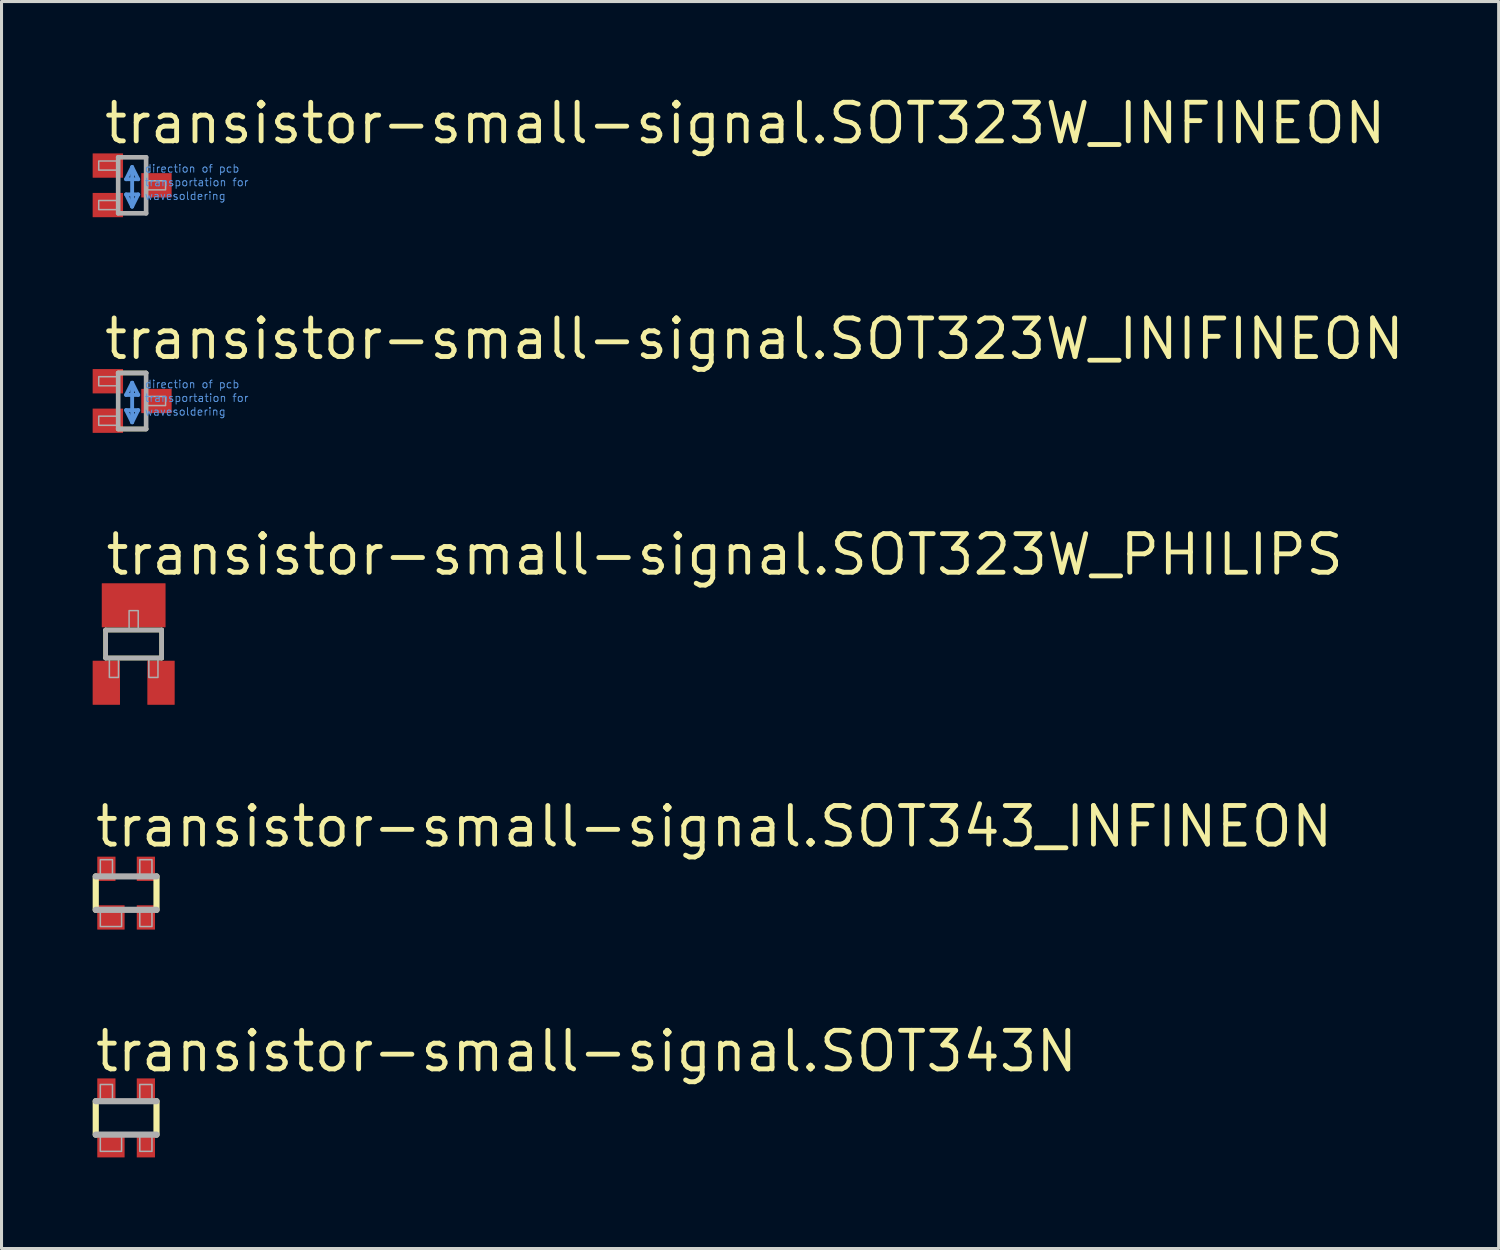
<source format=kicad_pcb>
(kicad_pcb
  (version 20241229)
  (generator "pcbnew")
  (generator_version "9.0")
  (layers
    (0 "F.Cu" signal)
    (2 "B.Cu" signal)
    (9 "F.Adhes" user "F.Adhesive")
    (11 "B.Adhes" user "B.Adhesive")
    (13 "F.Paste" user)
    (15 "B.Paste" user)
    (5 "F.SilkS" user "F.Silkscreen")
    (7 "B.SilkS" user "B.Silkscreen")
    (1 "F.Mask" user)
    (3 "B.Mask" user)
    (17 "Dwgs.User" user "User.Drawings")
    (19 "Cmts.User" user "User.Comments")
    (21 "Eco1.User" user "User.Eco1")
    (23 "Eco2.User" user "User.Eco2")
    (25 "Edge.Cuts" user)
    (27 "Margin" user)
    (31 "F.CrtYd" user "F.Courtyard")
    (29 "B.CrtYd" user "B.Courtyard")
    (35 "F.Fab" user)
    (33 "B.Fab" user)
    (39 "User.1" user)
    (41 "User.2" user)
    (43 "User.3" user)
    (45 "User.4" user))
  (footprint "transistor-small-signal.SOT323W_INIFINEON"
    (layer "F.Cu")
    (at 1.3 10.15)
    (property "Reference" "transistor-small-signal.SOT323W_INIFINEON" (at -1 -1.3 0) (layer "F.SilkS") (effects (font (size 1.27 1.27) (thickness 0.16)) (justify left bottom)))
    (attr smd)
    (fp_line (start -0.46 -0.922) (end 0.46 -0.922) (stroke (width 0.152) (type default)) (layer "F.SilkS"))
    (fp_line (start 0.46 0.922) (end -0.46 0.922) (stroke (width 0.152) (type default)) (layer "F.SilkS"))
    (fp_line (start -0.2 -0.2) (end 0.2 -0.2) (stroke (width 0.127) (type default)) (layer "Cmts.User"))
    (fp_line (start -0.2 0.3) (end 0 0.7) (stroke (width 0.127) (type default)) (layer "Cmts.User"))
    (fp_line (start 0 -0.6) (end -0.2 -0.2) (stroke (width 0.127) (type default)) (layer "Cmts.User"))
    (fp_line (start 0 0.7) (end 0 -0.6) (stroke (width 0.127) (type default)) (layer "Cmts.User"))
    (fp_line (start 0 0.7) (end 0.2 0.3) (stroke (width 0.127) (type default)) (layer "Cmts.User"))
    (fp_line (start 0.2 -0.2) (end 0 -0.6) (stroke (width 0.127) (type default)) (layer "Cmts.User"))
    (fp_line (start 0.2 0.3) (end -0.2 0.3) (stroke (width 0.127) (type default)) (layer "Cmts.User"))
    (fp_line (start -0.46 -0.922) (end 0.46 -0.922) (stroke (width 0.152) (type default)) (layer "F.Fab"))
    (fp_line (start -0.46 0.922) (end -0.46 -0.922) (stroke (width 0.152) (type default)) (layer "F.Fab"))
    (fp_line (start 0.46 -0.922) (end 0.46 0.922) (stroke (width 0.152) (type default)) (layer "F.Fab"))
    (fp_line (start 0.46 0.922) (end -0.46 0.922) (stroke (width 0.152) (type default)) (layer "F.Fab"))
    (fp_rect (start -1.1 -0.5) (end -0.5 -0.8) (stroke (width 0.05) (type default)) (fill no) (layer "F.Fab"))
    (fp_rect (start -1.1 0.8) (end -0.5 0.5) (stroke (width 0.05) (type default)) (fill no) (layer "F.Fab"))
    (fp_rect (start 0.5 0.15) (end 1.1 -0.15) (stroke (width 0.05) (type default)) (fill no) (layer "F.Fab"))
    (fp_text user "direction of pcb" (at 0.4 -0.4 0) (layer "Cmts.User") (effects (font (size 0.254 0.254) (thickness 0.03)) (justify left bottom)))
    (fp_text user "transportation for" (at 0.4 0.05 0) (layer "Cmts.User") (effects (font (size 0.254 0.254) (thickness 0.03)) (justify left bottom)))
    (fp_text user "wavesoldering" (at 0.4 0.5 0) (layer "Cmts.User") (effects (font (size 0.254 0.254) (thickness 0.03)) (justify left bottom)))
    (pad "1" smd roundrect (at -0.8 -0.65) (size 1 0.8) (layers "F.Cu" "F.Mask" "F.Paste") (roundrect_rratio 0.01))
    (pad "2" smd roundrect (at 0.8 0) (size 1 0.8) (layers "F.Cu" "F.Mask" "F.Paste") (roundrect_rratio 0.01))
    (pad "3" smd roundrect (at -0.8 0.65) (size 1 0.8) (layers "F.Cu" "F.Mask" "F.Paste") (roundrect_rratio 0.01)))
  (footprint "transistor-small-signal.SOT343_INFINEON"
    (layer "F.Cu")
    (at 1.102 26.35)
    (property "Reference" "transistor-small-signal.SOT343_INFINEON" (at -1.1 -1.45 0) (layer "F.SilkS") (effects (font (size 1.27 1.27) (thickness 0.16)) (justify left bottom)))
    (attr smd)
    (fp_line (start -1 0.55) (end -1 -0.55) (stroke (width 0.203) (type default)) (layer "F.SilkS"))
    (fp_line (start 1 -0.55) (end 1 0.55) (stroke (width 0.203) (type default)) (layer "F.SilkS"))
    (fp_line (start -1 -0.55) (end 1 -0.55) (stroke (width 0.203) (type default)) (layer "F.Fab"))
    (fp_line (start 1 0.55) (end -1 0.55) (stroke (width 0.203) (type default)) (layer "F.Fab"))
    (fp_rect (start -0.85 -0.6) (end -0.45 -1.1) (stroke (width 0.05) (type default)) (fill no) (layer "F.Fab"))
    (fp_rect (start -0.85 1.1) (end -0.15 0.6) (stroke (width 0.05) (type default)) (fill no) (layer "F.Fab"))
    (fp_rect (start 0.45 -0.6) (end 0.85 -1.1) (stroke (width 0.05) (type default)) (fill no) (layer "F.Fab"))
    (fp_rect (start 0.45 1.1) (end 0.85 0.6) (stroke (width 0.05) (type default)) (fill no) (layer "F.Fab"))
    (pad "1" smd roundrect (at -0.5 0.8) (size 0.9 0.8) (layers "F.Cu" "F.Mask" "F.Paste") (roundrect_rratio 0.01))
    (pad "2" smd roundrect (at 0.65 0.8) (size 0.6 0.8) (layers "F.Cu" "F.Mask" "F.Paste") (roundrect_rratio 0.01))
    (pad "3" smd roundrect (at 0.65 -0.8) (size 0.6 0.8) (layers "F.Cu" "F.Mask" "F.Paste") (roundrect_rratio 0.01))
    (pad "4" smd roundrect (at -0.65 -0.8) (size 0.6 0.8) (layers "F.Cu" "F.Mask" "F.Paste") (roundrect_rratio 0.01)))
  (footprint "transistor-small-signal.SOT343N"
    (layer "F.Cu")
    (at 1.102 33.75)
    (property "Reference" "transistor-small-signal.SOT343N" (at -1.1 -1.45 0) (layer "F.SilkS") (effects (font (size 1.27 1.27) (thickness 0.16)) (justify left bottom)))
    (attr smd)
    (fp_line (start -1 0.55) (end -1 -0.55) (stroke (width 0.203) (type default)) (layer "F.SilkS"))
    (fp_line (start 1 -0.55) (end 1 0.55) (stroke (width 0.203) (type default)) (layer "F.SilkS"))
    (fp_line (start -1 -0.55) (end 1 -0.55) (stroke (width 0.203) (type default)) (layer "F.Fab"))
    (fp_line (start 1 0.55) (end -1 0.55) (stroke (width 0.203) (type default)) (layer "F.Fab"))
    (fp_rect (start -0.85 -0.6) (end -0.45 -1.1) (stroke (width 0.05) (type default)) (fill no) (layer "F.Fab"))
    (fp_rect (start -0.85 1.1) (end -0.15 0.6) (stroke (width 0.05) (type default)) (fill no) (layer "F.Fab"))
    (fp_rect (start 0.45 -0.6) (end 0.85 -1.1) (stroke (width 0.05) (type default)) (fill no) (layer "F.Fab"))
    (fp_rect (start 0.45 1.1) (end 0.85 0.6) (stroke (width 0.05) (type default)) (fill no) (layer "F.Fab"))
    (pad "1" smd roundrect (at -0.5 0.9) (size 0.9 0.8) (layers "F.Cu" "F.Mask" "F.Paste") (roundrect_rratio 0.01))
    (pad "2" smd roundrect (at 0.65 0.9) (size 0.6 0.8) (layers "F.Cu" "F.Mask" "F.Paste") (roundrect_rratio 0.01))
    (pad "3" smd roundrect (at 0.65 -0.9) (size 0.6 0.8) (layers "F.Cu" "F.Mask" "F.Paste") (roundrect_rratio 0.01))
    (pad "4" smd roundrect (at -0.65 -0.9) (size 0.6 0.8) (layers "F.Cu" "F.Mask" "F.Paste") (roundrect_rratio 0.01)))
  (footprint "transistor-small-signal.SOT323W_PHILIPS"
    (layer "F.Cu")
    (at 1.35 18.15)
    (property "Reference" "transistor-small-signal.SOT323W_PHILIPS" (at -1 -2.2 0) (layer "F.SilkS") (effects (font (size 1.27 1.27) (thickness 0.16)) (justify left bottom)))
    (attr smd)
    (fp_line (start -0.922 -0.46) (end 0.922 -0.46) (stroke (width 0.152) (type default)) (layer "F.SilkS"))
    (fp_line (start -0.922 0.46) (end -0.922 -0.46) (stroke (width 0.152) (type default)) (layer "F.SilkS"))
    (fp_line (start 0.922 -0.46) (end 0.922 0.46) (stroke (width 0.152) (type default)) (layer "F.SilkS"))
    (fp_line (start 0.922 0.46) (end -0.922 0.46) (stroke (width 0.152) (type default)) (layer "F.SilkS"))
    (fp_line (start -0.922 -0.46) (end 0.922 -0.46) (stroke (width 0.152) (type default)) (layer "F.Fab"))
    (fp_line (start -0.922 0.46) (end -0.922 -0.46) (stroke (width 0.152) (type default)) (layer "F.Fab"))
    (fp_line (start 0.922 -0.46) (end 0.922 0.46) (stroke (width 0.152) (type default)) (layer "F.Fab"))
    (fp_line (start 0.922 0.46) (end -0.922 0.46) (stroke (width 0.152) (type default)) (layer "F.Fab"))
    (fp_rect (start -0.8 1.1) (end -0.5 0.5) (stroke (width 0.05) (type default)) (fill no) (layer "F.Fab"))
    (fp_rect (start -0.15 -0.5) (end 0.15 -1.1) (stroke (width 0.05) (type default)) (fill no) (layer "F.Fab"))
    (fp_rect (start 0.5 1.1) (end 0.8 0.5) (stroke (width 0.05) (type default)) (fill no) (layer "F.Fab"))
    (pad "1" smd roundrect (at -0.9 1.275) (size 0.9 1.45) (layers "F.Cu" "F.Mask" "F.Paste") (roundrect_rratio 0.01))
    (pad "2" smd roundrect (at 0.9 1.275) (size 0.9 1.45) (layers "F.Cu" "F.Mask" "F.Paste") (roundrect_rratio 0.01))
    (pad "3" smd roundrect (at 0 -1.275) (size 2.1 1.45) (layers "F.Cu" "F.Mask" "F.Paste") (roundrect_rratio 0.01)))
  (footprint "transistor-small-signal.SOT323W_INFINEON"
    (layer "F.Cu")
    (at 1.3 3.05)
    (property "Reference" "transistor-small-signal.SOT323W_INFINEON" (at -1 -1.3 0) (layer "F.SilkS") (effects (font (size 1.27 1.27) (thickness 0.16)) (justify left bottom)))
    (attr smd)
    (fp_line (start -0.2 -0.2) (end 0.2 -0.2) (stroke (width 0.127) (type default)) (layer "Cmts.User"))
    (fp_line (start -0.2 0.3) (end 0 0.7) (stroke (width 0.127) (type default)) (layer "Cmts.User"))
    (fp_line (start 0 -0.6) (end -0.2 -0.2) (stroke (width 0.127) (type default)) (layer "Cmts.User"))
    (fp_line (start 0 0.7) (end 0 -0.6) (stroke (width 0.127) (type default)) (layer "Cmts.User"))
    (fp_line (start 0 0.7) (end 0.2 0.3) (stroke (width 0.127) (type default)) (layer "Cmts.User"))
    (fp_line (start 0.2 -0.2) (end 0 -0.6) (stroke (width 0.127) (type default)) (layer "Cmts.User"))
    (fp_line (start 0.2 0.3) (end -0.2 0.3) (stroke (width 0.127) (type default)) (layer "Cmts.User"))
    (fp_line (start -0.46 -0.922) (end 0.46 -0.922) (stroke (width 0.152) (type default)) (layer "F.Fab"))
    (fp_line (start -0.46 0.922) (end -0.46 -0.922) (stroke (width 0.152) (type default)) (layer "F.Fab"))
    (fp_line (start 0.46 -0.922) (end 0.46 0.922) (stroke (width 0.152) (type default)) (layer "F.Fab"))
    (fp_line (start 0.46 0.922) (end -0.46 0.922) (stroke (width 0.152) (type default)) (layer "F.Fab"))
    (fp_rect (start -1.1 -0.5) (end -0.5 -0.8) (stroke (width 0.05) (type default)) (fill no) (layer "F.Fab"))
    (fp_rect (start -1.1 0.8) (end -0.5 0.5) (stroke (width 0.05) (type default)) (fill no) (layer "F.Fab"))
    (fp_rect (start 0.5 0.15) (end 1.1 -0.15) (stroke (width 0.05) (type default)) (fill no) (layer "F.Fab"))
    (fp_text user "transportation for" (at 0.4 0.05 0) (layer "Cmts.User") (effects (font (size 0.254 0.254) (thickness 0.03)) (justify left bottom)))
    (fp_text user "wavesoldering" (at 0.4 0.5 0) (layer "Cmts.User") (effects (font (size 0.254 0.254) (thickness 0.03)) (justify left bottom)))
    (fp_text user "direction of pcb" (at 0.4 -0.4 0) (layer "Cmts.User") (effects (font (size 0.254 0.254) (thickness 0.03)) (justify left bottom)))
    (pad "1" smd roundrect (at -0.8 -0.65) (size 1 0.8) (layers "F.Cu" "F.Mask" "F.Paste") (roundrect_rratio 0.01))
    (pad "2" smd roundrect (at 0.8 0) (size 1 0.8) (layers "F.Cu" "F.Mask" "F.Paste") (roundrect_rratio 0.01))
    (pad "3" smd roundrect (at -0.8 0.65) (size 1 0.8) (layers "F.Cu" "F.Mask" "F.Paste") (roundrect_rratio 0.01)))
  (gr_rect
    (start -3 -3)
    (end 46.283 38.05)
    (stroke (width 0.1) (type default))
    (fill no)
    (layer "Edge.Cuts")))
</source>
